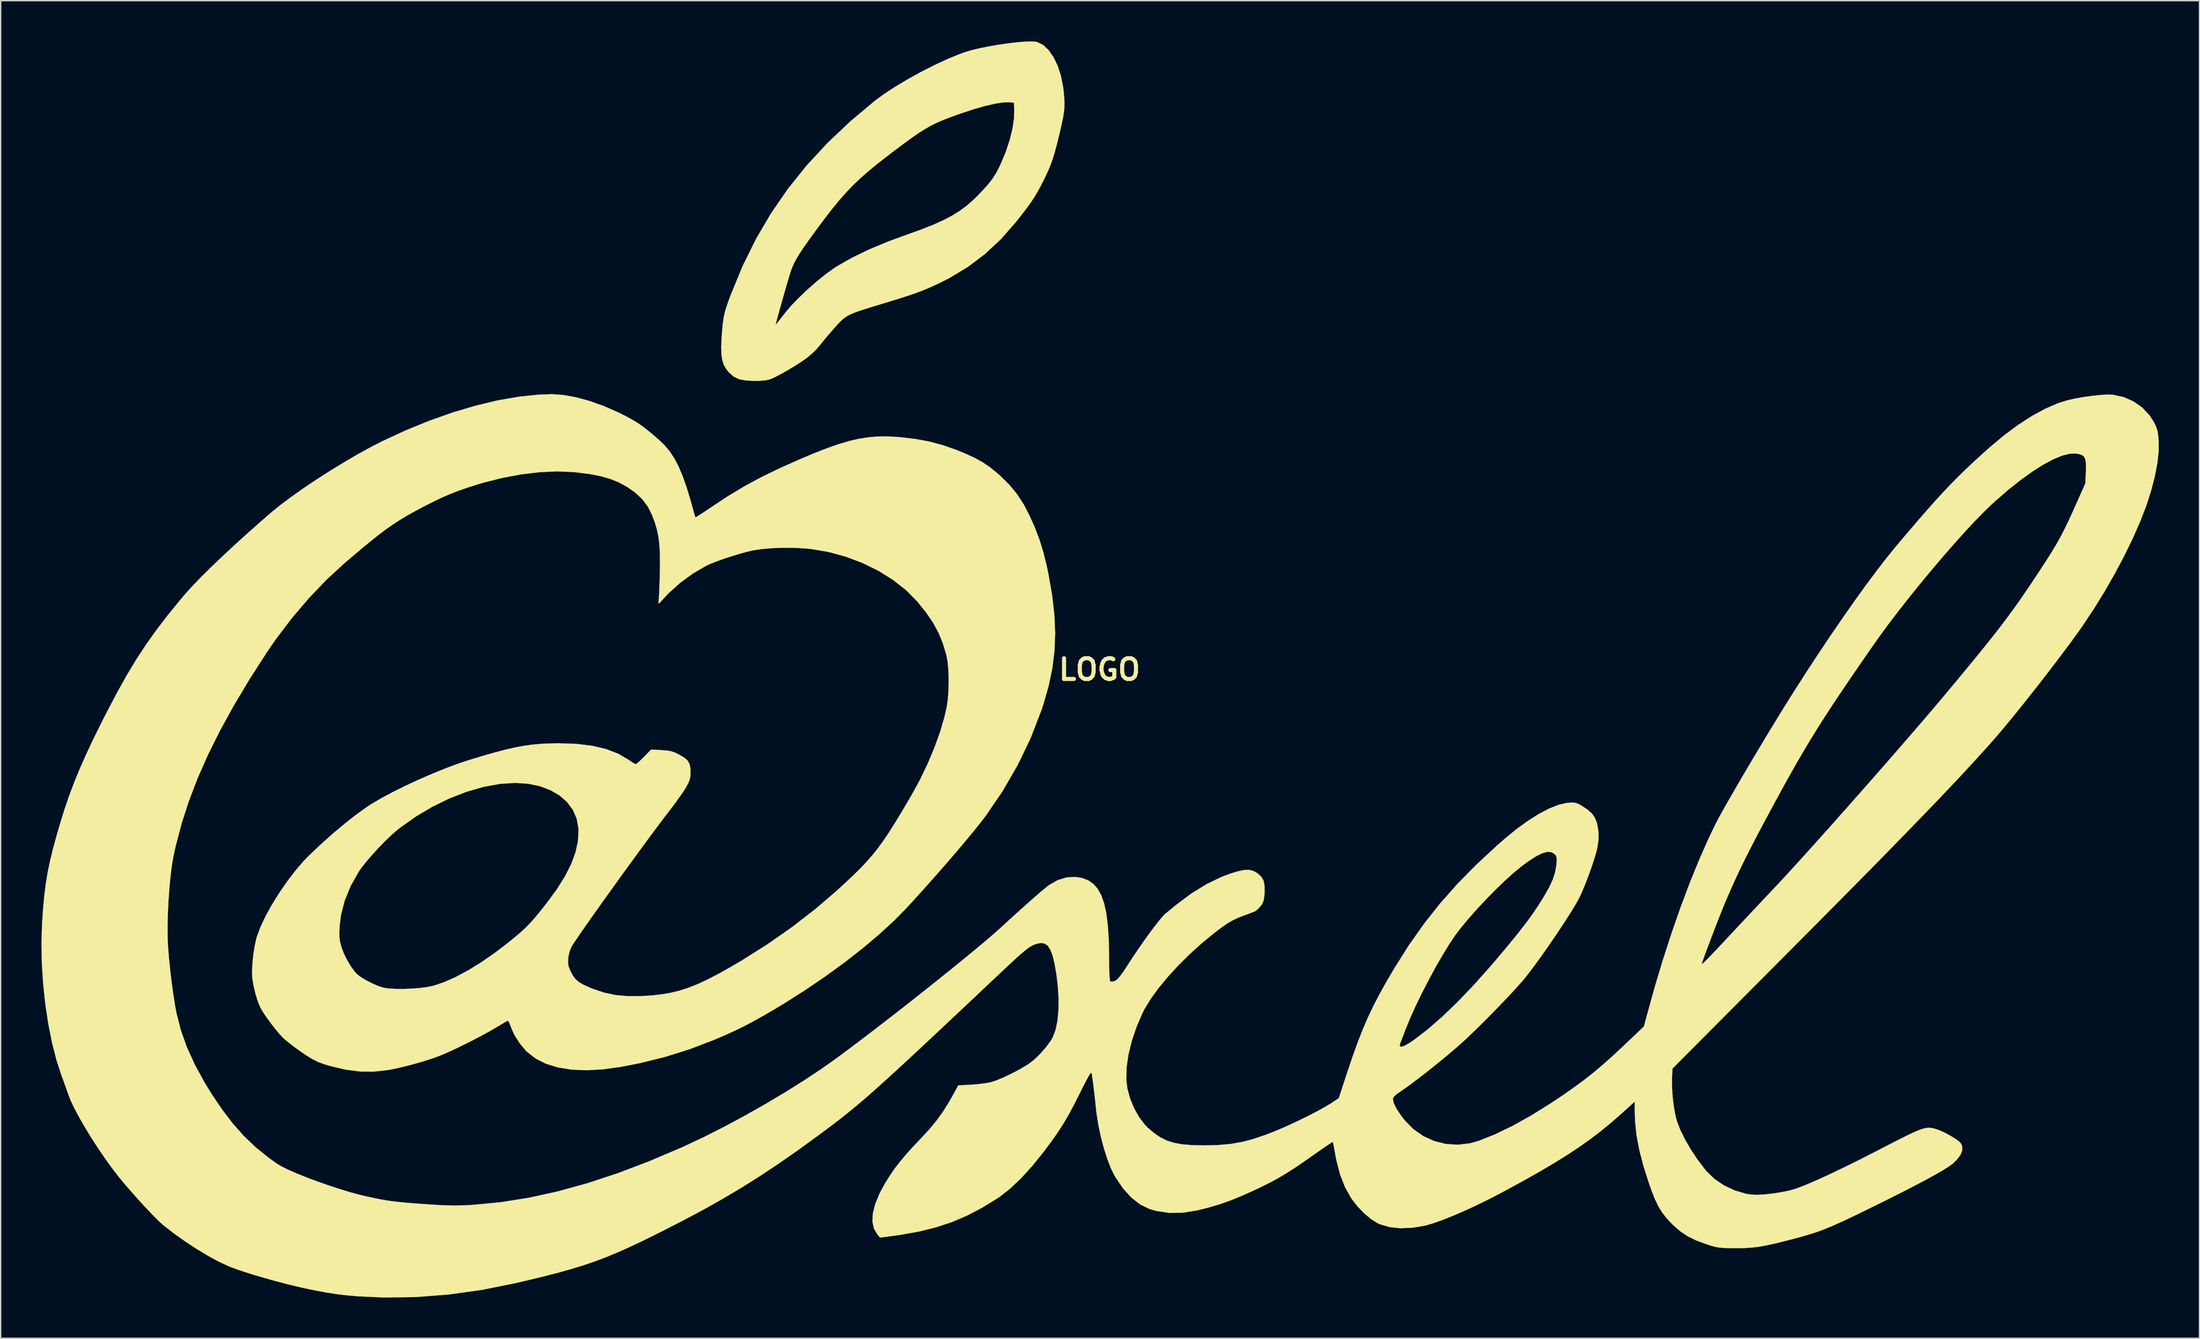
<source format=kicad_pcb>
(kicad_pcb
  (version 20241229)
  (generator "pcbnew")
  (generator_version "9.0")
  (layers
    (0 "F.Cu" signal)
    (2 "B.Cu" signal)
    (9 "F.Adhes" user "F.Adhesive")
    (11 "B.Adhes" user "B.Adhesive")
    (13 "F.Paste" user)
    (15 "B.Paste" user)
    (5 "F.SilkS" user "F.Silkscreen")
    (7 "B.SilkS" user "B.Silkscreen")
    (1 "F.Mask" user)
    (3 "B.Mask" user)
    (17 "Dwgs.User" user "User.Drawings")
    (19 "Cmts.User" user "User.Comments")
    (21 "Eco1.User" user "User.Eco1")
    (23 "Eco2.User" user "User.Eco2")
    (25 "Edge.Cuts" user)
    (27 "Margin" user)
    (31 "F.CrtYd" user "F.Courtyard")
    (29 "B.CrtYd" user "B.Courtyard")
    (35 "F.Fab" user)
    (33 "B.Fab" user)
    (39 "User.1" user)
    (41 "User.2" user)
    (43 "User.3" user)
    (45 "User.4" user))
  (footprint "LOGO"
    (layer "F.Cu")
    (at 77.941 46.271)
    (property "Reference" "LOGO" (at 0 0 0) (layer "F.SilkS") (effects (font (size 1.524 1.524) (thickness 0.3))))
    (attr through_hole)
    (fp_poly (pts (xy -4.8 -46.259) (xy -4.591 -46.226) (xy -4.154 -46.007) (xy -3.752 -45.631) (xy -3.393 -45.119) (xy -3.09 -44.489) (xy -2.85 -43.759) (xy -2.686 -42.948) (xy -2.64 -42.58) (xy -2.6 -42.132) (xy -2.582 -41.751) (xy -2.588 -41.397) (xy -2.625 -41.031) (xy -2.694 -40.615) (xy -2.801 -40.109) (xy -2.948 -39.475) (xy -2.961 -39.423) (xy -3.139 -38.697) (xy -3.298 -38.104) (xy -3.452 -37.602) (xy -3.615 -37.15) (xy -3.801 -36.707) (xy -4.024 -36.232) (xy -4.125 -36.027) (xy -4.379 -35.533) (xy -4.62 -35.099) (xy -4.871 -34.69) (xy -5.156 -34.271) (xy -5.499 -33.808) (xy -5.923 -33.263) (xy -6.164 -32.96) (xy -7.255 -31.716) (xy -8.421 -30.625) (xy -9.68 -29.673) (xy -11.048 -28.846) (xy -11.851 -28.441) (xy -12.281 -28.242) (xy -12.68 -28.066) (xy -13.079 -27.903) (xy -13.504 -27.744) (xy -13.986 -27.577) (xy -14.551 -27.393) (xy -15.23 -27.181) (xy -16.045 -26.933) (xy -16.777 -26.711) (xy -17.363 -26.528) (xy -17.827 -26.373) (xy -18.192 -26.234) (xy -18.481 -26.099) (xy -18.718 -25.956) (xy -18.927 -25.794) (xy -19.129 -25.6) (xy -19.349 -25.364) (xy -19.513 -25.181) (xy -19.839 -24.809) (xy -20.163 -24.428) (xy -20.443 -24.088) (xy -20.612 -23.873) (xy -20.874 -23.572) (xy -21.214 -23.243) (xy -21.561 -22.956) (xy -21.582 -22.94) (xy -21.971 -22.67) (xy -22.432 -22.375) (xy -22.923 -22.079) (xy -23.404 -21.805) (xy -23.835 -21.577) (xy -24.176 -21.418) (xy -24.27 -21.381) (xy -24.603 -21.308) (xy -25.047 -21.27) (xy -25.542 -21.267) (xy -26.027 -21.297) (xy -26.44 -21.362) (xy -26.562 -21.394) (xy -26.953 -21.581) (xy -27.311 -21.905) (xy -27.323 -21.918) (xy -27.533 -22.193) (xy -27.69 -22.492) (xy -27.795 -22.839) (xy -27.852 -23.261) (xy -27.866 -23.781) (xy -27.839 -24.425) (xy -27.775 -25.215) (xy -27.754 -25.41) (xy -23.856 -25.41) (xy -23.856 -25.4) (xy -23.797 -25.466) (xy -23.652 -25.645) (xy -23.441 -25.911) (xy -23.184 -26.239) (xy -23.14 -26.296) (xy -22.697 -26.818) (xy -22.141 -27.395) (xy -21.512 -27.992) (xy -20.849 -28.573) (xy -20.192 -29.105) (xy -19.579 -29.55) (xy -19.349 -29.7) (xy -18.248 -30.329) (xy -16.98 -30.943) (xy -15.554 -31.538) (xy -14.205 -32.031) (xy -13.17 -32.402) (xy -12.285 -32.75) (xy -11.525 -33.089) (xy -10.868 -33.432) (xy -10.29 -33.792) (xy -9.768 -34.181) (xy -9.277 -34.614) (xy -8.988 -34.899) (xy -8.539 -35.368) (xy -8.192 -35.756) (xy -7.919 -36.101) (xy -7.693 -36.442) (xy -7.486 -36.816) (xy -7.281 -37.236) (xy -6.913 -38.114) (xy -6.619 -38.997) (xy -6.41 -39.848) (xy -6.294 -40.631) (xy -6.279 -41.286) (xy -6.306 -41.76) (xy -6.637 -41.787) (xy -7.096 -41.777) (xy -7.7 -41.685) (xy -8.437 -41.514) (xy -9.296 -41.267) (xy -10.266 -40.946) (xy -11.113 -40.64) (xy -11.576 -40.459) (xy -12 -40.274) (xy -12.408 -40.071) (xy -12.824 -39.836) (xy -13.271 -39.555) (xy -13.772 -39.212) (xy -14.35 -38.793) (xy -15.029 -38.285) (xy -15.434 -37.977) (xy -16.237 -37.355) (xy -16.936 -36.787) (xy -17.557 -36.247) (xy -18.124 -35.711) (xy -18.662 -35.151) (xy -19.198 -34.541) (xy -19.755 -33.857) (xy -20.359 -33.071) (xy -20.929 -32.304) (xy -21.407 -31.646) (xy -21.789 -31.103) (xy -22.089 -30.651) (xy -22.321 -30.268) (xy -22.501 -29.931) (xy -22.641 -29.617) (xy -22.702 -29.457) (xy -22.763 -29.274) (xy -22.856 -28.971) (xy -22.974 -28.574) (xy -23.109 -28.111) (xy -23.253 -27.612) (xy -23.397 -27.104) (xy -23.535 -26.615) (xy -23.658 -26.173) (xy -23.758 -25.806) (xy -23.826 -25.542) (xy -23.856 -25.41) (xy -27.754 -25.41) (xy -27.731 -25.626) (xy -27.677 -25.976) (xy -27.602 -26.313) (xy -27.492 -26.682) (xy -27.338 -27.13) (xy -27.166 -27.597) (xy -26.299 -29.703) (xy -25.314 -31.7) (xy -24.203 -33.596) (xy -22.959 -35.403) (xy -21.573 -37.13) (xy -20.038 -38.789) (xy -18.346 -40.39) (xy -16.535 -41.907) (xy -15.843 -42.414) (xy -15.02 -42.95) (xy -14.107 -43.495) (xy -13.141 -44.026) (xy -12.162 -44.524) (xy -11.208 -44.966) (xy -10.318 -45.332) (xy -9.937 -45.471) (xy -9.467 -45.613) (xy -8.901 -45.751) (xy -8.27 -45.881) (xy -7.603 -46) (xy -6.931 -46.101) (xy -6.284 -46.183) (xy -5.693 -46.239) (xy -5.189 -46.266) (xy -4.8 -46.259)) (stroke (width 0.01) (type solid)) (fill yes) (layer "F.SilkS"))
    (fp_poly (pts (xy -39.484 -20.225) (xy -38.546 -20.053) (xy -37.542 -19.777) (xy -36.504 -19.407) (xy -35.464 -18.952) (xy -35.025 -18.733) (xy -34.575 -18.494) (xy -34.198 -18.278) (xy -33.856 -18.057) (xy -33.511 -17.805) (xy -33.126 -17.496) (xy -32.663 -17.104) (xy -32.468 -16.935) (xy -32.04 -16.526) (xy -31.66 -16.072) (xy -31.317 -15.554) (xy -31.002 -14.951) (xy -30.703 -14.242) (xy -30.41 -13.408) (xy -30.114 -12.427) (xy -29.982 -11.95) (xy -29.891 -11.623) (xy -29.816 -11.368) (xy -29.769 -11.228) (xy -29.762 -11.214) (xy -29.684 -11.251) (xy -29.486 -11.371) (xy -29.196 -11.559) (xy -28.839 -11.798) (xy -28.647 -11.929) (xy -27.366 -12.774) (xy -26.13 -13.517) (xy -24.874 -14.194) (xy -23.533 -14.841) (xy -23.239 -14.975) (xy -22.056 -15.499) (xy -21.006 -15.941) (xy -20.07 -16.307) (xy -19.228 -16.602) (xy -18.46 -16.83) (xy -17.746 -16.996) (xy -17.066 -17.105) (xy -16.4 -17.163) (xy -15.728 -17.175) (xy -15.03 -17.144) (xy -14.64 -17.113) (xy -13.523 -16.98) (xy -12.511 -16.791) (xy -11.537 -16.528) (xy -10.535 -16.176) (xy -9.966 -15.945) (xy -9.25 -15.621) (xy -8.648 -15.295) (xy -8.1 -14.927) (xy -7.548 -14.481) (xy -7.292 -14.253) (xy -6.624 -13.592) (xy -6.066 -12.912) (xy -5.58 -12.16) (xy -5.152 -11.335) (xy -4.751 -10.434) (xy -4.419 -9.557) (xy -4.139 -8.649) (xy -3.894 -7.654) (xy -3.751 -6.97) (xy -3.486 -5.433) (xy -3.324 -4.009) (xy -3.268 -2.666) (xy -3.318 -1.373) (xy -3.476 -0.098) (xy -3.744 1.19) (xy -4.124 2.523) (xy -4.277 2.986) (xy -5.067 5.033) (xy -6.023 7.024) (xy -7.145 8.96) (xy -8.374 10.76) (xy -8.748 11.25) (xy -9.227 11.849) (xy -9.796 12.539) (xy -10.439 13.302) (xy -11.141 14.119) (xy -11.885 14.972) (xy -12.656 15.842) (xy -13.437 16.711) (xy -14.174 17.518) (xy -15.122 18.484) (xy -16.217 19.49) (xy -17.438 20.52) (xy -18.766 21.558) (xy -20.18 22.588) (xy -21.66 23.596) (xy -23.185 24.564) (xy -23.945 25.022) (xy -24.773 25.504) (xy -25.5 25.911) (xy -26.172 26.264) (xy -26.833 26.588) (xy -27.529 26.905) (xy -28.306 27.238) (xy -28.429 27.289) (xy -30.214 27.972) (xy -32.016 28.536) (xy -33.888 28.998) (xy -35.278 29.269) (xy -36.59 29.45) (xy -37.805 29.515) (xy -38.916 29.465) (xy -39.917 29.301) (xy -40.801 29.024) (xy -41.561 28.636) (xy -42.19 28.137) (xy -42.273 28.053) (xy -42.728 27.502) (xy -43.103 26.906) (xy -43.363 26.323) (xy -43.398 26.212) (xy -43.484 25.994) (xy -43.572 25.877) (xy -43.605 25.871) (xy -43.717 25.93) (xy -43.942 26.06) (xy -44.243 26.239) (xy -44.45 26.365) (xy -44.966 26.664) (xy -45.588 27.003) (xy -46.271 27.358) (xy -46.969 27.707) (xy -47.637 28.026) (xy -48.229 28.293) (xy -48.557 28.43) (xy -49.188 28.659) (xy -49.93 28.894) (xy -50.72 29.117) (xy -51.496 29.313) (xy -52.196 29.462) (xy -52.432 29.503) (xy -53.458 29.614) (xy -54.475 29.605) (xy -55.52 29.472) (xy -56.629 29.212) (xy -57.118 29.065) (xy -57.527 28.916) (xy -57.929 28.72) (xy -58.374 28.453) (xy -58.794 28.17) (xy -59.195 27.883) (xy -59.58 27.592) (xy -59.906 27.332) (xy -60.131 27.137) (xy -60.132 27.135) (xy -60.399 26.85) (xy -60.717 26.469) (xy -61.051 26.038) (xy -61.368 25.602) (xy -61.633 25.207) (xy -61.811 24.902) (xy -61.991 24.468) (xy -62.161 23.927) (xy -62.302 23.345) (xy -62.395 22.792) (xy -62.41 22.657) (xy -62.423 22.179) (xy -62.393 21.594) (xy -62.325 20.962) (xy -62.227 20.345) (xy -62.107 19.805) (xy -62.067 19.667) (xy -61.962 19.383) (xy -55.996 19.383) (xy -55.988 19.729) (xy -55.946 20.031) (xy -55.866 20.355) (xy -55.831 20.472) (xy -55.659 20.924) (xy -55.417 21.41) (xy -55.137 21.876) (xy -54.852 22.265) (xy -54.669 22.459) (xy -54.394 22.664) (xy -54.01 22.892) (xy -53.574 23.116) (xy -53.144 23.303) (xy -52.828 23.412) (xy -52.447 23.481) (xy -51.938 23.518) (xy -51.346 23.526) (xy -50.716 23.505) (xy -50.095 23.457) (xy -49.526 23.384) (xy -49.08 23.293) (xy -48.309 23.039) (xy -47.45 22.659) (xy -46.526 22.165) (xy -45.557 21.57) (xy -44.566 20.886) (xy -43.656 20.192) (xy -43.113 19.752) (xy -42.671 19.378) (xy -42.295 19.034) (xy -41.952 18.687) (xy -41.608 18.302) (xy -41.229 17.845) (xy -40.783 17.282) (xy -40.752 17.242) (xy -39.985 16.2) (xy -39.372 15.226) (xy -38.909 14.311) (xy -38.592 13.444) (xy -38.416 12.617) (xy -38.377 11.818) (xy -38.384 11.689) (xy -38.513 10.975) (xy -38.796 10.328) (xy -39.221 9.757) (xy -39.777 9.271) (xy -40.451 8.879) (xy -41.231 8.588) (xy -42.105 8.408) (xy -43.039 8.347) (xy -44.185 8.422) (xy -45.39 8.644) (xy -46.631 9.004) (xy -47.886 9.491) (xy -49.131 10.098) (xy -50.343 10.814) (xy -51.498 11.632) (xy -51.682 11.776) (xy -52.12 12.153) (xy -52.612 12.621) (xy -53.121 13.144) (xy -53.615 13.684) (xy -54.059 14.206) (xy -54.419 14.671) (xy -54.559 14.876) (xy -55.162 15.942) (xy -55.604 17.025) (xy -55.881 18.11) (xy -55.977 18.928) (xy -55.996 19.383) (xy -61.962 19.383) (xy -61.804 18.96) (xy -61.43 18.17) (xy -60.966 17.328) (xy -60.432 16.469) (xy -59.851 15.624) (xy -59.243 14.827) (xy -58.629 14.111) (xy -58.214 13.683) (xy -57.354 12.869) (xy -56.478 12.087) (xy -55.613 11.361) (xy -54.787 10.713) (xy -54.029 10.166) (xy -53.646 9.913) (xy -52.927 9.488) (xy -52.077 9.033) (xy -51.133 8.565) (xy -50.133 8.101) (xy -49.115 7.659) (xy -48.118 7.255) (xy -47.179 6.907) (xy -46.478 6.676) (xy -45.434 6.359) (xy -44.526 6.099) (xy -43.73 5.891) (xy -43.015 5.729) (xy -42.356 5.607) (xy -41.724 5.522) (xy -41.092 5.467) (xy -40.433 5.438) (xy -39.82 5.429) (xy -38.516 5.474) (xy -37.356 5.617) (xy -36.333 5.86) (xy -35.444 6.204) (xy -34.685 6.649) (xy -34.674 6.657) (xy -34.431 6.823) (xy -34.243 6.935) (xy -34.162 6.967) (xy -34.068 6.908) (xy -33.885 6.751) (xy -33.649 6.524) (xy -33.555 6.43) (xy -33.029 5.893) (xy -32.27 5.933) (xy -31.851 5.966) (xy -31.536 6.022) (xy -31.254 6.122) (xy -30.959 6.267) (xy -30.573 6.497) (xy -30.326 6.72) (xy -30.189 6.98) (xy -30.132 7.322) (xy -30.125 7.527) (xy -30.135 7.844) (xy -30.186 8.102) (xy -30.299 8.376) (xy -30.448 8.654) (xy -30.613 8.92) (xy -30.863 9.287) (xy -31.171 9.718) (xy -31.511 10.176) (xy -31.765 10.506) (xy -32.097 10.938) (xy -32.501 11.473) (xy -32.963 12.094) (xy -33.473 12.785) (xy -34.017 13.528) (xy -34.585 14.308) (xy -35.165 15.107) (xy -35.743 15.91) (xy -36.309 16.698) (xy -36.851 17.457) (xy -37.356 18.169) (xy -37.812 18.818) (xy -38.209 19.386) (xy -38.532 19.859) (xy -38.772 20.217) (xy -38.885 20.397) (xy -39.037 20.755) (xy -39.129 21.195) (xy -39.135 21.254) (xy -39.15 21.594) (xy -39.11 21.863) (xy -38.996 22.156) (xy -38.945 22.262) (xy -38.775 22.571) (xy -38.587 22.816) (xy -38.346 23.02) (xy -38.02 23.211) (xy -37.574 23.413) (xy -37.289 23.529) (xy -36.491 23.797) (xy -35.661 23.972) (xy -34.765 24.057) (xy -33.77 24.055) (xy -33.003 24.006) (xy -32.285 23.927) (xy -31.607 23.812) (xy -30.946 23.652) (xy -30.279 23.437) (xy -29.581 23.159) (xy -28.83 22.809) (xy -28.002 22.377) (xy -27.075 21.854) (xy -26.313 21.406) (xy -24.451 20.23) (xy -22.645 18.966) (xy -20.934 17.643) (xy -19.403 16.329) (xy -18.726 15.71) (xy -18.136 15.155) (xy -17.617 14.644) (xy -17.153 14.154) (xy -16.726 13.665) (xy -16.321 13.155) (xy -15.92 12.605) (xy -15.507 11.991) (xy -15.065 11.293) (xy -14.578 10.491) (xy -14.029 9.562) (xy -13.818 9.199) (xy -13.212 8.089) (xy -12.654 6.925) (xy -12.16 5.747) (xy -11.745 4.593) (xy -11.423 3.5) (xy -11.249 2.729) (xy -11.169 2.153) (xy -11.122 1.489) (xy -11.11 0.789) (xy -11.13 0.102) (xy -11.183 -0.518) (xy -11.269 -1.022) (xy -11.28 -1.066) (xy -11.539 -1.929) (xy -11.86 -2.714) (xy -12.266 -3.461) (xy -12.779 -4.213) (xy -13.422 -5.009) (xy -13.459 -5.052) (xy -14.271 -5.869) (xy -15.224 -6.616) (xy -16.295 -7.281) (xy -17.458 -7.851) (xy -18.689 -8.316) (xy -19.964 -8.664) (xy -21.258 -8.883) (xy -21.564 -8.914) (xy -22.412 -8.965) (xy -23.3 -8.973) (xy -24.17 -8.94) (xy -24.966 -8.867) (xy -25.488 -8.787) (xy -25.925 -8.687) (xy -26.458 -8.542) (xy -27.042 -8.366) (xy -27.631 -8.174) (xy -28.18 -7.98) (xy -28.641 -7.8) (xy -28.928 -7.671) (xy -29.932 -7.089) (xy -30.894 -6.387) (xy -31.762 -5.605) (xy -32.219 -5.111) (xy -32.384 -4.934) (xy -32.482 -4.859) (xy -32.495 -4.895) (xy -32.475 -5.032) (xy -32.454 -5.317) (xy -32.433 -5.723) (xy -32.413 -6.22) (xy -32.395 -6.781) (xy -32.389 -7.028) (xy -32.377 -7.91) (xy -32.388 -8.65) (xy -32.428 -9.28) (xy -32.5 -9.833) (xy -32.608 -10.342) (xy -32.757 -10.839) (xy -32.951 -11.358) (xy -32.958 -11.377) (xy -33.277 -12.015) (xy -33.69 -12.564) (xy -34.226 -13.056) (xy -34.795 -13.452) (xy -35.378 -13.774) (xy -36.01 -14.034) (xy -36.722 -14.24) (xy -37.541 -14.4) (xy -38.497 -14.522) (xy -38.812 -14.553) (xy -39.985 -14.598) (xy -41.262 -14.538) (xy -42.608 -14.377) (xy -43.99 -14.119) (xy -45.372 -13.769) (xy -45.748 -13.657) (xy -46.549 -13.404) (xy -47.233 -13.167) (xy -47.854 -12.926) (xy -48.466 -12.659) (xy -49.124 -12.342) (xy -49.83 -11.981) (xy -50.442 -11.656) (xy -50.995 -11.347) (xy -51.51 -11.039) (xy -52.009 -10.717) (xy -52.515 -10.364) (xy -53.048 -9.965) (xy -53.63 -9.505) (xy -54.283 -8.968) (xy -55.029 -8.339) (xy -55.636 -7.82) (xy -56.952 -6.607) (xy -58.247 -5.252) (xy -59.494 -3.789) (xy -60.662 -2.251) (xy -61.332 -1.279) (xy -62.617 0.724) (xy -63.764 2.64) (xy -64.777 4.48) (xy -65.663 6.258) (xy -66.427 7.986) (xy -67.076 9.677) (xy -67.615 11.345) (xy -68.05 13.001) (xy -68.207 13.714) (xy -68.325 14.393) (xy -68.428 15.205) (xy -68.515 16.108) (xy -68.583 17.059) (xy -68.628 18.017) (xy -68.649 18.939) (xy -68.643 19.781) (xy -68.613 20.42) (xy -68.543 21.273) (xy -68.449 22.181) (xy -68.339 23.096) (xy -68.218 23.971) (xy -68.094 24.757) (xy -67.99 25.312) (xy -67.672 26.559) (xy -67.224 27.819) (xy -66.637 29.109) (xy -65.904 30.447) (xy -65.423 31.229) (xy -64.628 32.41) (xy -63.838 33.444) (xy -63.026 34.358) (xy -62.168 35.179) (xy -61.238 35.934) (xy -60.563 36.416) (xy -60.206 36.624) (xy -59.707 36.867) (xy -59.092 37.134) (xy -58.391 37.415) (xy -57.631 37.699) (xy -56.84 37.977) (xy -56.047 38.239) (xy -55.278 38.474) (xy -54.561 38.672) (xy -54.019 38.803) (xy -53.452 38.925) (xy -52.957 39.023) (xy -52.497 39.104) (xy -52.036 39.17) (xy -51.537 39.227) (xy -50.964 39.28) (xy -50.281 39.334) (xy -49.621 39.381) (xy -48.859 39.431) (xy -48.226 39.462) (xy -47.673 39.476) (xy -47.154 39.474) (xy -46.62 39.455) (xy -46.093 39.425) (xy -44.081 39.231) (xy -42.024 38.904) (xy -39.912 38.441) (xy -37.738 37.841) (xy -35.493 37.101) (xy -33.168 36.218) (xy -30.756 35.191) (xy -30.534 35.091) (xy -29.128 34.429) (xy -27.652 33.682) (xy -26.14 32.869) (xy -24.625 32.012) (xy -23.144 31.13) (xy -21.731 30.243) (xy -20.42 29.372) (xy -19.369 28.627) (xy -18.535 28.008) (xy -17.634 27.329) (xy -16.682 26.603) (xy -15.694 25.843) (xy -14.687 25.059) (xy -13.676 24.266) (xy -12.678 23.476) (xy -11.707 22.701) (xy -10.779 21.954) (xy -9.911 21.248) (xy -9.118 20.595) (xy -8.416 20.007) (xy -7.821 19.497) (xy -7.349 19.078) (xy -7.276 19.011) (xy -6.568 18.363) (xy -5.902 17.759) (xy -5.292 17.214) (xy -4.753 16.738) (xy -4.299 16.347) (xy -3.944 16.051) (xy -3.71 15.868) (xy -3.085 15.512) (xy -2.428 15.311) (xy -1.763 15.273) (xy -1.279 15.354) (xy -0.835 15.524) (xy -0.455 15.787) (xy -0.135 16.15) (xy 0.129 16.625) (xy 0.338 17.221) (xy 0.497 17.947) (xy 0.609 18.815) (xy 0.677 19.833) (xy 0.705 21.011) (xy 0.706 21.303) (xy 0.711 21.95) (xy 0.726 22.447) (xy 0.751 22.785) (xy 0.785 22.958) (xy 0.799 22.978) (xy 0.939 22.988) (xy 1.147 22.93) (xy 1.149 22.929) (xy 1.3 22.826) (xy 1.491 22.616) (xy 1.735 22.284) (xy 2.046 21.814) (xy 2.085 21.752) (xy 2.451 21.188) (xy 2.844 20.605) (xy 3.247 20.027) (xy 3.642 19.476) (xy 4.014 18.977) (xy 4.345 18.551) (xy 4.618 18.222) (xy 4.817 18.012) (xy 4.851 17.983) (xy 5.084 17.794) (xy 5.384 17.55) (xy 5.644 17.336) (xy 6.755 16.501) (xy 7.883 15.806) (xy 9.007 15.265) (xy 9.636 15.03) (xy 10.21 14.855) (xy 10.661 14.764) (xy 11.022 14.755) (xy 11.326 14.828) (xy 11.607 14.984) (xy 11.667 15.029) (xy 11.923 15.269) (xy 12.081 15.547) (xy 12.155 15.904) (xy 12.16 16.383) (xy 12.158 16.432) (xy 12.128 16.802) (xy 12.074 17.059) (xy 11.976 17.266) (xy 11.874 17.411) (xy 11.681 17.627) (xy 11.493 17.783) (xy 11.434 17.815) (xy 11.262 17.881) (xy 10.981 17.988) (xy 10.645 18.113) (xy 10.583 18.136) (xy 10.178 18.295) (xy 9.825 18.461) (xy 9.483 18.657) (xy 9.108 18.91) (xy 8.658 19.244) (xy 8.467 19.392) (xy 7.541 20.149) (xy 6.646 20.957) (xy 5.802 21.794) (xy 5.027 22.639) (xy 4.341 23.471) (xy 3.763 24.268) (xy 3.312 25.009) (xy 3.169 25.289) (xy 2.717 26.343) (xy 2.367 27.385) (xy 2.123 28.394) (xy 1.99 29.344) (xy 1.972 30.212) (xy 2.048 30.849) (xy 2.245 31.577) (xy 2.539 32.294) (xy 2.905 32.952) (xy 3.319 33.505) (xy 3.528 33.721) (xy 4.002 34.128) (xy 4.463 34.446) (xy 4.941 34.686) (xy 5.466 34.856) (xy 6.07 34.967) (xy 6.783 35.027) (xy 7.635 35.047) (xy 7.761 35.047) (xy 8.755 35.022) (xy 9.64 34.945) (xy 10.472 34.802) (xy 11.309 34.585) (xy 12.207 34.282) (xy 12.681 34.101) (xy 13.311 33.84) (xy 14 33.535) (xy 14.709 33.202) (xy 15.405 32.86) (xy 16.05 32.527) (xy 16.608 32.219) (xy 17.044 31.956) (xy 17.097 31.921) (xy 17.624 31.569) (xy 18.239 29.697) (xy 18.64 28.506) (xy 18.916 27.74) (xy 22.112 27.74) (xy 22.217 27.786) (xy 22.434 27.723) (xy 22.751 27.555) (xy 23.158 27.285) (xy 23.16 27.283) (xy 24.184 26.495) (xy 25.263 25.554) (xy 26.401 24.457) (xy 27.6 23.202) (xy 28.86 21.788) (xy 29.724 20.77) (xy 30.34 20.026) (xy 30.858 19.387) (xy 31.297 18.827) (xy 31.676 18.32) (xy 32.016 17.84) (xy 32.335 17.36) (xy 32.652 16.854) (xy 32.766 16.669) (xy 33.136 16.014) (xy 33.397 15.442) (xy 33.565 14.91) (xy 33.657 14.375) (xy 33.662 14.321) (xy 33.683 14.008) (xy 33.666 13.812) (xy 33.599 13.675) (xy 33.526 13.594) (xy 33.291 13.449) (xy 32.989 13.426) (xy 32.611 13.528) (xy 32.147 13.757) (xy 31.59 14.117) (xy 31.017 14.544) (xy 30.444 15.02) (xy 29.799 15.607) (xy 29.113 16.273) (xy 28.416 16.985) (xy 27.74 17.711) (xy 27.115 18.419) (xy 26.573 19.077) (xy 26.227 19.535) (xy 25.779 20.199) (xy 25.29 20.992) (xy 24.779 21.879) (xy 24.265 22.823) (xy 23.768 23.787) (xy 23.306 24.737) (xy 22.899 25.635) (xy 22.566 26.445) (xy 22.561 26.458) (xy 22.41 26.852) (xy 22.276 27.202) (xy 22.175 27.464) (xy 22.13 27.583) (xy 22.112 27.74) (xy 18.916 27.74) (xy 19.02 27.449) (xy 19.396 26.491) (xy 19.785 25.593) (xy 20.203 24.717) (xy 20.668 23.828) (xy 21.196 22.887) (xy 21.715 22.005) (xy 22.78 20.318) (xy 23.895 18.736) (xy 25.084 17.232) (xy 26.37 15.779) (xy 27.775 14.352) (xy 29.322 12.922) (xy 29.898 12.419) (xy 30.749 11.725) (xy 31.583 11.124) (xy 32.382 10.623) (xy 33.13 10.233) (xy 33.81 9.964) (xy 34.404 9.824) (xy 34.517 9.812) (xy 34.852 9.796) (xy 35.09 9.824) (xy 35.309 9.911) (xy 35.464 9.998) (xy 35.933 10.306) (xy 36.264 10.597) (xy 36.485 10.906) (xy 36.626 11.266) (xy 36.644 11.329) (xy 36.751 11.913) (xy 36.761 12.481) (xy 36.673 13.097) (xy 36.6 13.41) (xy 36.463 13.885) (xy 36.275 14.459) (xy 36.053 15.082) (xy 35.819 15.7) (xy 35.589 16.263) (xy 35.384 16.719) (xy 35.345 16.799) (xy 35.128 17.195) (xy 34.823 17.705) (xy 34.446 18.302) (xy 34.017 18.961) (xy 33.554 19.653) (xy 33.074 20.354) (xy 32.595 21.036) (xy 32.136 21.672) (xy 31.714 22.237) (xy 31.348 22.704) (xy 31.233 22.842) (xy 30.863 23.267) (xy 30.391 23.783) (xy 29.844 24.364) (xy 29.25 24.982) (xy 28.635 25.609) (xy 28.026 26.216) (xy 27.452 26.777) (xy 26.939 27.263) (xy 26.723 27.461) (xy 26.202 27.921) (xy 25.603 28.428) (xy 24.957 28.959) (xy 24.296 29.49) (xy 23.649 29.995) (xy 23.047 30.451) (xy 22.522 30.834) (xy 22.176 31.071) (xy 21.859 31.295) (xy 21.679 31.469) (xy 21.611 31.615) (xy 21.609 31.643) (xy 21.674 31.939) (xy 21.864 32.33) (xy 22.171 32.798) (xy 22.478 33.199) (xy 23.117 33.853) (xy 23.849 34.365) (xy 24.654 34.731) (xy 25.511 34.945) (xy 26.399 35.001) (xy 27.299 34.893) (xy 27.914 34.721) (xy 29.123 34.241) (xy 30.422 33.614) (xy 31.812 32.838) (xy 33.293 31.913) (xy 34.043 31.412) (xy 34.878 30.832) (xy 35.624 30.285) (xy 36.321 29.74) (xy 37.01 29.164) (xy 37.73 28.524) (xy 38.521 27.788) (xy 38.638 27.677) (xy 40.102 26.287) (xy 40.343 25.38) (xy 40.904 23.36) (xy 41.409 21.681) (xy 44.362 21.681) (xy 44.384 21.688) (xy 44.457 21.634) (xy 44.59 21.51) (xy 44.794 21.305) (xy 45.079 21.011) (xy 45.454 20.615) (xy 45.929 20.11) (xy 46.466 19.535) (xy 47.017 18.945) (xy 47.626 18.295) (xy 48.255 17.626) (xy 48.864 16.98) (xy 49.415 16.396) (xy 49.7 16.095) (xy 50.218 15.543) (xy 50.836 14.873) (xy 51.541 14.099) (xy 52.32 13.237) (xy 53.159 12.304) (xy 54.043 11.313) (xy 54.959 10.282) (xy 55.894 9.226) (xy 56.834 8.159) (xy 57.764 7.098) (xy 58.672 6.058) (xy 59.544 5.054) (xy 60.365 4.103) (xy 61.122 3.22) (xy 61.802 2.419) (xy 62.316 1.808) (xy 63.199 0.747) (xy 63.98 -0.196) (xy 64.672 -1.039) (xy 65.286 -1.797) (xy 65.837 -2.488) (xy 66.336 -3.129) (xy 66.796 -3.735) (xy 67.23 -4.323) (xy 67.65 -4.91) (xy 68.069 -5.513) (xy 68.5 -6.148) (xy 68.956 -6.832) (xy 69.295 -7.347) (xy 69.767 -8.072) (xy 70.159 -8.693) (xy 70.493 -9.25) (xy 70.791 -9.782) (xy 71.074 -10.329) (xy 71.365 -10.931) (xy 71.686 -11.628) (xy 71.89 -12.083) (xy 72.617 -13.714) (xy 72.654 -14.609) (xy 72.663 -15.094) (xy 72.63 -15.434) (xy 72.54 -15.658) (xy 72.378 -15.797) (xy 72.127 -15.879) (xy 71.952 -15.91) (xy 71.483 -15.904) (xy 70.917 -15.763) (xy 70.261 -15.494) (xy 69.527 -15.102) (xy 68.724 -14.593) (xy 67.86 -13.973) (xy 66.947 -13.247) (xy 65.992 -12.421) (xy 65.726 -12.178) (xy 65.137 -11.613) (xy 64.465 -10.923) (xy 63.726 -10.129) (xy 62.937 -9.249) (xy 62.114 -8.306) (xy 61.275 -7.317) (xy 60.436 -6.304) (xy 59.615 -5.287) (xy 58.828 -4.285) (xy 58.092 -3.319) (xy 57.424 -2.408) (xy 57.093 -1.94) (xy 56.206 -0.661) (xy 55.41 0.496) (xy 54.692 1.553) (xy 54.04 2.53) (xy 53.441 3.448) (xy 52.881 4.328) (xy 52.349 5.191) (xy 51.83 6.058) (xy 51.312 6.949) (xy 50.782 7.885) (xy 50.228 8.887) (xy 49.636 9.976) (xy 49.169 10.845) (xy 48.594 11.924) (xy 48.095 12.88) (xy 47.656 13.74) (xy 47.265 14.534) (xy 46.907 15.289) (xy 46.568 16.035) (xy 46.235 16.799) (xy 46.08 17.164) (xy 45.926 17.536) (xy 45.743 17.992) (xy 45.54 18.508) (xy 45.327 19.057) (xy 45.113 19.614) (xy 44.908 20.154) (xy 44.722 20.65) (xy 44.565 21.076) (xy 44.447 21.408) (xy 44.377 21.619) (xy 44.362 21.681) (xy 41.409 21.681) (xy 41.505 21.363) (xy 42.138 19.412) (xy 42.795 17.528) (xy 43.468 15.735) (xy 44.15 14.054) (xy 44.831 12.509) (xy 45.375 11.377) (xy 45.582 10.981) (xy 45.871 10.455) (xy 46.232 9.816) (xy 46.651 9.085) (xy 47.119 8.279) (xy 47.625 7.418) (xy 48.157 6.521) (xy 48.703 5.606) (xy 49.253 4.692) (xy 49.796 3.799) (xy 50.321 2.946) (xy 50.815 2.15) (xy 51.141 1.632) (xy 52.051 0.212) (xy 52.968 -1.186) (xy 53.88 -2.547) (xy 54.776 -3.854) (xy 55.644 -5.091) (xy 56.473 -6.24) (xy 57.251 -7.286) (xy 57.966 -8.212) (xy 58.607 -9.002) (xy 58.639 -9.04) (xy 59.492 -10.05) (xy 60.253 -10.939) (xy 60.937 -11.726) (xy 61.562 -12.429) (xy 62.144 -13.064) (xy 62.701 -13.651) (xy 63.249 -14.207) (xy 63.806 -14.75) (xy 64.387 -15.297) (xy 65.011 -15.867) (xy 65.573 -16.37) (xy 66.613 -17.243) (xy 67.653 -18.015) (xy 68.676 -18.675) (xy 69.663 -19.213) (xy 70.595 -19.617) (xy 71.308 -19.841) (xy 71.872 -19.967) (xy 72.49 -20.077) (xy 73.119 -20.164) (xy 73.714 -20.225) (xy 74.231 -20.254) (xy 74.626 -20.245) (xy 74.657 -20.242) (xy 75.438 -20.071) (xy 76.164 -19.75) (xy 76.809 -19.296) (xy 77.345 -18.726) (xy 77.649 -18.255) (xy 77.804 -17.945) (xy 77.903 -17.673) (xy 77.965 -17.373) (xy 78.006 -16.979) (xy 78.016 -16.844) (xy 78.018 -16.095) (xy 77.925 -15.234) (xy 77.736 -14.248) (xy 77.465 -13.185) (xy 77.123 -12.114) (xy 76.671 -10.942) (xy 76.122 -9.692) (xy 75.489 -8.391) (xy 74.784 -7.062) (xy 74.021 -5.732) (xy 73.213 -4.424) (xy 72.371 -3.164) (xy 72.099 -2.778) (xy 71.566 -2.044) (xy 70.944 -1.209) (xy 70.259 -0.305) (xy 69.535 0.635) (xy 68.8 1.578) (xy 68.077 2.49) (xy 67.393 3.341) (xy 66.773 4.095) (xy 66.509 4.41) (xy 66.012 4.99) (xy 65.457 5.621) (xy 64.841 6.306) (xy 64.157 7.053) (xy 63.401 7.866) (xy 62.568 8.751) (xy 61.653 9.712) (xy 60.65 10.755) (xy 59.554 11.886) (xy 58.361 13.11) (xy 57.065 14.432) (xy 55.66 15.857) (xy 54.143 17.391) (xy 52.507 19.039) (xy 51.409 20.143) (xy 42.201 29.394) (xy 42.17 30.133) (xy 42.171 30.777) (xy 42.218 31.486) (xy 42.304 32.197) (xy 42.422 32.844) (xy 42.524 33.238) (xy 42.764 33.874) (xy 43.113 34.587) (xy 43.547 35.338) (xy 44.044 36.087) (xy 44.579 36.795) (xy 44.704 36.946) (xy 45.285 37.511) (xy 45.99 37.991) (xy 46.777 38.364) (xy 47.606 38.608) (xy 48.036 38.676) (xy 48.451 38.69) (xy 48.984 38.661) (xy 49.581 38.596) (xy 50.19 38.502) (xy 50.761 38.387) (xy 51.239 38.257) (xy 51.339 38.223) (xy 52.001 37.966) (xy 52.8 37.624) (xy 53.724 37.204) (xy 54.758 36.711) (xy 55.89 36.152) (xy 57.105 35.534) (xy 57.317 35.424) (xy 58.142 34.998) (xy 58.828 34.646) (xy 59.392 34.364) (xy 59.849 34.144) (xy 60.216 33.981) (xy 60.51 33.866) (xy 60.748 33.794) (xy 60.946 33.758) (xy 61.12 33.752) (xy 61.288 33.769) (xy 61.428 33.794) (xy 61.795 33.906) (xy 62.245 34.105) (xy 62.685 34.343) (xy 63.051 34.567) (xy 63.291 34.739) (xy 63.436 34.885) (xy 63.516 35.033) (xy 63.534 35.089) (xy 63.553 35.408) (xy 63.423 35.745) (xy 63.138 36.114) (xy 62.874 36.371) (xy 62.607 36.574) (xy 62.183 36.844) (xy 61.605 37.18) (xy 60.877 37.58) (xy 60.003 38.041) (xy 58.988 38.562) (xy 57.836 39.139) (xy 57.238 39.434) (xy 56.32 39.884) (xy 55.538 40.264) (xy 54.868 40.581) (xy 54.289 40.846) (xy 53.778 41.067) (xy 53.315 41.254) (xy 52.875 41.415) (xy 52.438 41.56) (xy 51.98 41.697) (xy 51.481 41.836) (xy 51.109 41.935) (xy 50.293 42.146) (xy 49.612 42.31) (xy 49.033 42.433) (xy 48.524 42.521) (xy 48.051 42.577) (xy 47.58 42.608) (xy 47.079 42.619) (xy 46.83 42.619) (xy 46.315 42.614) (xy 45.928 42.6) (xy 45.621 42.571) (xy 45.345 42.52) (xy 45.053 42.44) (xy 44.696 42.325) (xy 44.656 42.312) (xy 43.933 42.042) (xy 43.334 41.748) (xy 42.806 41.398) (xy 42.298 40.96) (xy 42.081 40.746) (xy 41.726 40.358) (xy 41.428 39.968) (xy 41.167 39.54) (xy 40.924 39.037) (xy 40.679 38.423) (xy 40.485 37.88) (xy 40.073 36.591) (xy 39.766 35.412) (xy 39.56 34.318) (xy 39.449 33.282) (xy 39.425 32.559) (xy 39.423 31.824) (xy 38.475 32.683) (xy 37.745 33.324) (xy 37.007 33.933) (xy 36.243 34.521) (xy 35.433 35.1) (xy 34.559 35.682) (xy 33.603 36.281) (xy 32.546 36.907) (xy 31.371 37.573) (xy 30.058 38.291) (xy 29.545 38.566) (xy 28.659 39.025) (xy 27.764 39.463) (xy 26.886 39.868) (xy 26.051 40.229) (xy 25.284 40.535) (xy 24.613 40.775) (xy 24.061 40.939) (xy 23.961 40.963) (xy 23.026 41.118) (xy 22.149 41.152) (xy 21.353 41.065) (xy 20.66 40.86) (xy 20.505 40.79) (xy 20.017 40.488) (xy 19.504 40.062) (xy 19.01 39.551) (xy 18.576 38.994) (xy 18.549 38.955) (xy 18.087 38.134) (xy 17.714 37.177) (xy 17.438 36.105) (xy 17.378 35.783) (xy 17.309 35.394) (xy 17.249 35.076) (xy 17.204 34.863) (xy 17.184 34.794) (xy 17.106 34.834) (xy 16.908 34.961) (xy 16.611 35.16) (xy 16.24 35.417) (xy 15.815 35.715) (xy 15.787 35.735) (xy 15.023 36.271) (xy 14.361 36.719) (xy 13.768 37.099) (xy 13.206 37.434) (xy 12.64 37.743) (xy 12.036 38.048) (xy 11.382 38.36) (xy 10.473 38.768) (xy 9.659 39.1) (xy 8.884 39.374) (xy 8.094 39.61) (xy 7.241 39.826) (xy 6.154 40.006) (xy 5.124 40.021) (xy 4.156 39.873) (xy 3.683 39.733) (xy 3.001 39.404) (xy 2.354 38.904) (xy 1.745 38.236) (xy 1.178 37.402) (xy 1.12 37.305) (xy 0.841 36.742) (xy 0.57 36.042) (xy 0.316 35.244) (xy 0.092 34.387) (xy -0.092 33.509) (xy -0.225 32.651) (xy -0.262 32.323) (xy -0.322 31.736) (xy -0.387 31.156) (xy -0.452 30.622) (xy -0.512 30.17) (xy -0.562 29.839) (xy -0.582 29.735) (xy -0.614 29.7) (xy -0.683 29.761) (xy -0.795 29.934) (xy -0.958 30.229) (xy -1.181 30.66) (xy -1.447 31.194) (xy -1.879 32.05) (xy -2.276 32.788) (xy -2.667 33.455) (xy -3.08 34.096) (xy -3.544 34.757) (xy -4.088 35.486) (xy -4.128 35.538) (xy -4.962 36.572) (xy -5.781 37.47) (xy -6.573 38.222) (xy -7.328 38.817) (xy -7.497 38.932) (xy -8.643 39.637) (xy -9.765 40.224) (xy -10.899 40.706) (xy -12.081 41.095) (xy -13.347 41.405) (xy -14.733 41.649) (xy -15.292 41.726) (xy -16.164 41.838) (xy -16.369 41.599) (xy -16.619 41.175) (xy -16.727 40.656) (xy -16.694 40.049) (xy -16.522 39.363) (xy -16.21 38.605) (xy -15.809 37.863) (xy -15.453 37.289) (xy -15.085 36.755) (xy -14.681 36.228) (xy -14.214 35.675) (xy -13.659 35.064) (xy -13.158 34.536) (xy -12.519 33.846) (xy -11.983 33.197) (xy -11.509 32.533) (xy -11.053 31.796) (xy -10.773 31.299) (xy -10.405 30.628) (xy -9.458 30.578) (xy -8.997 30.543) (xy -8.537 30.489) (xy -8.146 30.426) (xy -7.982 30.39) (xy -7.579 30.256) (xy -7.076 30.046) (xy -6.518 29.781) (xy -5.951 29.485) (xy -5.42 29.177) (xy -5.245 29.068) (xy -4.825 28.746) (xy -4.381 28.319) (xy -3.959 27.841) (xy -3.608 27.364) (xy -3.44 27.077) (xy -3.234 26.53) (xy -3.094 25.842) (xy -3.022 25.036) (xy -3.019 24.135) (xy -3.086 23.161) (xy -3.181 22.417) (xy -3.311 21.665) (xy -3.454 21.077) (xy -3.617 20.643) (xy -3.808 20.349) (xy -4.034 20.185) (xy -4.303 20.138) (xy -4.604 20.191) (xy -4.772 20.247) (xy -4.934 20.316) (xy -5.105 20.412) (xy -5.302 20.548) (xy -5.539 20.735) (xy -5.833 20.986) (xy -6.198 21.315) (xy -6.651 21.733) (xy -7.207 22.254) (xy -7.563 22.59) (xy -8.894 23.845) (xy -10.105 24.986) (xy -11.204 26.019) (xy -12.2 26.954) (xy -13.101 27.797) (xy -13.916 28.554) (xy -14.651 29.235) (xy -15.317 29.846) (xy -15.92 30.393) (xy -16.469 30.886) (xy -16.973 31.331) (xy -17.44 31.735) (xy -17.877 32.106) (xy -18.294 32.45) (xy -18.697 32.777) (xy -19.097 33.092) (xy -19.5 33.403) (xy -19.915 33.718) (xy -20.351 34.043) (xy -20.726 34.32) (xy -22.2 35.392) (xy -23.604 36.372) (xy -24.97 37.28) (xy -26.33 38.137) (xy -27.718 38.963) (xy -29.165 39.777) (xy -30.704 40.598) (xy -32.369 41.447) (xy -32.928 41.726) (xy -33.894 42.197) (xy -34.78 42.612) (xy -35.61 42.979) (xy -36.411 43.308) (xy -37.21 43.607) (xy -38.033 43.886) (xy -38.905 44.153) (xy -39.853 44.418) (xy -40.903 44.689) (xy -42.081 44.975) (xy -43.045 45.201) (xy -45.493 45.692) (xy -47.934 46.032) (xy -50.35 46.22) (xy -52.722 46.254) (xy -54.636 46.164) (xy -55.414 46.096) (xy -56.138 46.011) (xy -56.871 45.9) (xy -57.673 45.753) (xy -58.249 45.637) (xy -58.996 45.472) (xy -59.811 45.274) (xy -60.659 45.052) (xy -61.505 44.817) (xy -62.315 44.578) (xy -63.055 44.345) (xy -63.689 44.128) (xy -64.161 43.946) (xy -64.871 43.615) (xy -65.666 43.183) (xy -66.511 42.674) (xy -67.365 42.113) (xy -68.193 41.524) (xy -68.954 40.93) (xy -69.005 40.887) (xy -69.264 40.653) (xy -69.612 40.308) (xy -70.024 39.88) (xy -70.478 39.393) (xy -70.949 38.875) (xy -71.414 38.35) (xy -71.849 37.844) (xy -72.23 37.384) (xy -72.257 37.35) (xy -72.754 36.705) (xy -73.268 35.99) (xy -73.782 35.234) (xy -74.28 34.461) (xy -74.746 33.698) (xy -75.164 32.973) (xy -75.516 32.312) (xy -75.787 31.74) (xy -75.933 31.369) (xy -76.091 30.917) (xy -76.275 30.406) (xy -76.445 29.94) (xy -76.457 29.91) (xy -76.831 28.769) (xy -77.157 27.489) (xy -77.433 26.104) (xy -77.652 24.644) (xy -77.812 23.144) (xy -77.908 21.635) (xy -77.936 20.149) (xy -77.892 18.719) (xy -77.889 18.663) (xy -77.816 17.613) (xy -77.73 16.676) (xy -77.623 15.812) (xy -77.487 14.981) (xy -77.316 14.142) (xy -77.101 13.255) (xy -76.837 12.28) (xy -76.555 11.311) (xy -76.239 10.295) (xy -75.903 9.311) (xy -75.535 8.332) (xy -75.125 7.331) (xy -74.66 6.281) (xy -74.131 5.155) (xy -73.524 3.925) (xy -73.075 3.043) (xy -72.347 1.661) (xy -71.649 0.413) (xy -70.955 -0.738) (xy -70.243 -1.827) (xy -69.489 -2.889) (xy -68.669 -3.961) (xy -67.76 -5.077) (xy -67.407 -5.496) (xy -66.908 -6.055) (xy -66.282 -6.709) (xy -65.543 -7.445) (xy -64.704 -8.25) (xy -63.779 -9.113) (xy -62.779 -10.019) (xy -61.72 -10.957) (xy -61.03 -11.556) (xy -60.354 -12.108) (xy -59.547 -12.713) (xy -58.638 -13.355) (xy -57.657 -14.012) (xy -56.632 -14.668) (xy -55.594 -15.302) (xy -54.572 -15.896) (xy -53.595 -16.431) (xy -52.873 -16.8) (xy -51.124 -17.612) (xy -49.377 -18.325) (xy -47.649 -18.936) (xy -45.958 -19.439) (xy -44.321 -19.83) (xy -42.756 -20.103) (xy -41.28 -20.254) (xy -40.326 -20.285) (xy -39.484 -20.225)) (stroke (width 0.01) (type solid)) (fill yes) (layer "F.SilkS")))
  (gr_rect
    (start -3 -3)
    (end 158.964 95.529)
    (stroke (width 0.1) (type default))
    (fill no)
    (layer "Edge.Cuts")))
</source>
